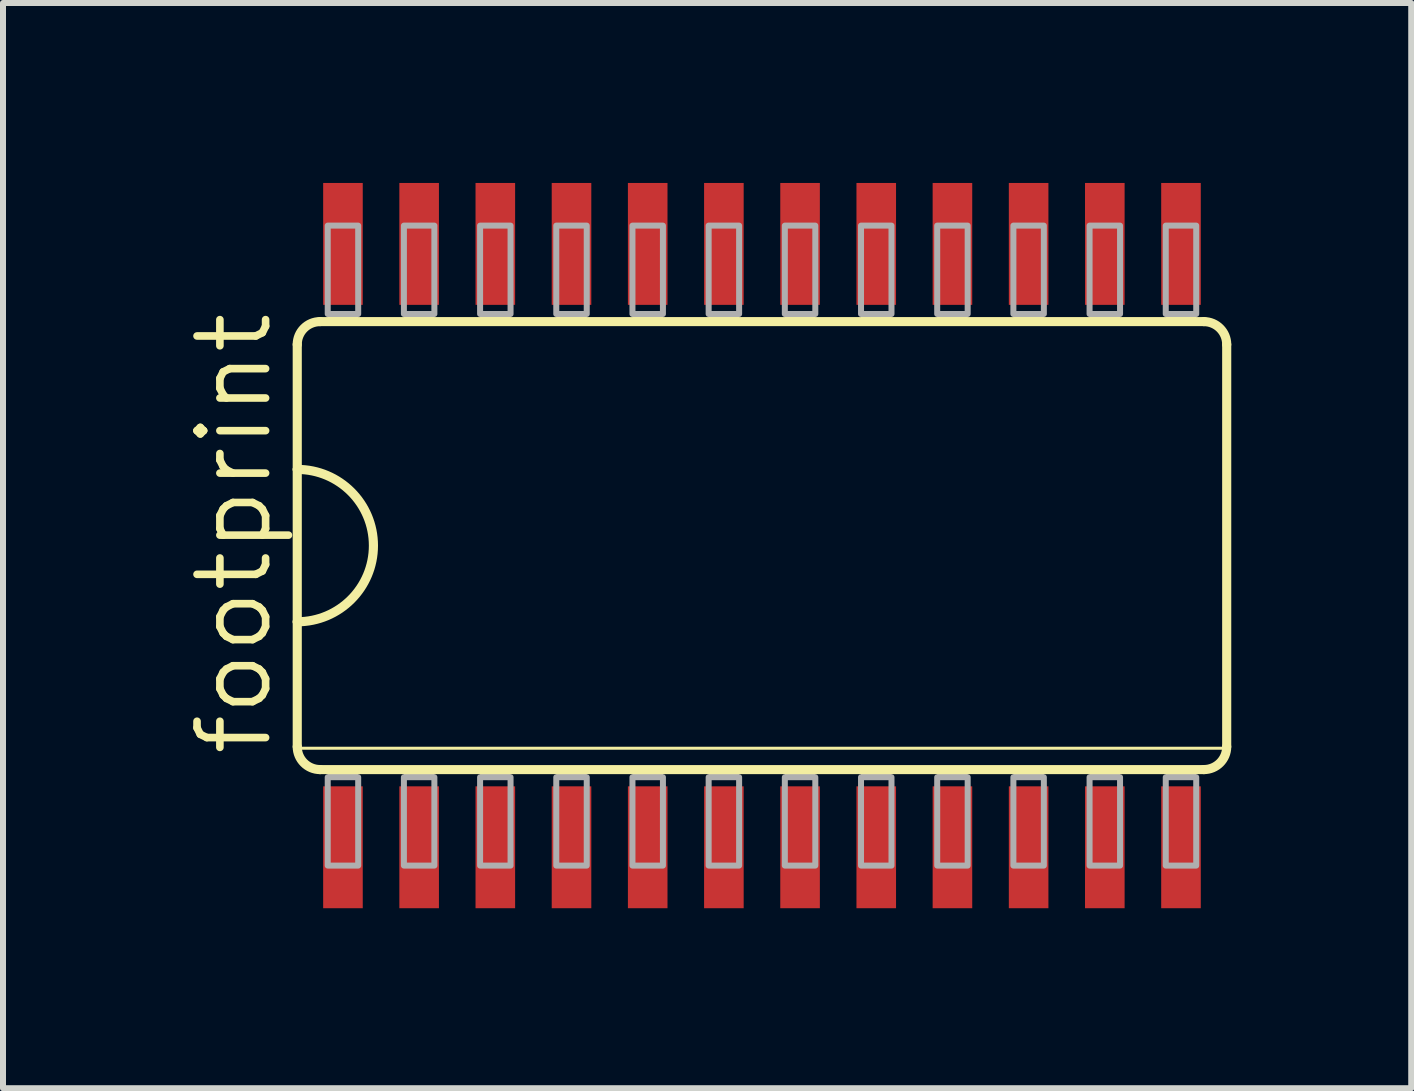
<source format=kicad_pcb>
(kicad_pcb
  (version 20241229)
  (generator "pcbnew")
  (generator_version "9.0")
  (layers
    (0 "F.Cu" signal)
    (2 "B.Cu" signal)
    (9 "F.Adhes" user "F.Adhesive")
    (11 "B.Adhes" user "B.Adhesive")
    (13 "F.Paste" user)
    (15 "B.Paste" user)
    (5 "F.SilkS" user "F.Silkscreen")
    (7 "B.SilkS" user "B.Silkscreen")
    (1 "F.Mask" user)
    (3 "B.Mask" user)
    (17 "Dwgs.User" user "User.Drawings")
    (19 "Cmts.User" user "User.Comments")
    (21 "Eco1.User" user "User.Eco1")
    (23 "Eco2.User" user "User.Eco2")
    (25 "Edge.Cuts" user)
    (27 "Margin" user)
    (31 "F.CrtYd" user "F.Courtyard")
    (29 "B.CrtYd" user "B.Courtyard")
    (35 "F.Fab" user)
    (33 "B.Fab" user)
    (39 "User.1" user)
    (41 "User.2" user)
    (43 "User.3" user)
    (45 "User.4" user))
  (footprint "footprint"
    (layer "F.Cu")
    (at 9.652 6.045)
    (property "Reference" "footprint" (at -8.128 3.556 90) (layer "F.SilkS") (effects (font (size 1.143 1.143) (thickness 0.127)) (justify left bottom)))
    (fp_line (start -7.747 -3.353) (end -7.747 -1.27) (stroke (width 0.152) (type solid)) (layer "F.SilkS"))
    (fp_line (start -7.747 -1.27) (end -7.747 1.27) (stroke (width 0.152) (type solid)) (layer "F.SilkS"))
    (fp_line (start -7.747 1.27) (end -7.747 3.353) (stroke (width 0.152) (type solid)) (layer "F.SilkS"))
    (fp_line (start -7.747 3.378) (end 7.747 3.378) (stroke (width 0.051) (type solid)) (layer "F.SilkS"))
    (fp_line (start -7.366 3.734) (end 7.366 3.734) (stroke (width 0.152) (type solid)) (layer "F.SilkS"))
    (fp_line (start 7.366 -3.734) (end -7.366 -3.734) (stroke (width 0.152) (type solid)) (layer "F.SilkS"))
    (fp_line (start 7.747 3.353) (end 7.747 -3.353) (stroke (width 0.152) (type solid)) (layer "F.SilkS"))
    (fp_arc (start -7.747 -3.3528) (mid -7.635408 -3.622208) (end -7.366 -3.7338) (stroke (width 0.1524) (type solid)) (layer "F.SilkS"))
    (fp_arc (start -7.747 -1.27) (mid -6.477 0) (end -7.747 1.27) (stroke (width 0.1524) (type solid)) (layer "F.SilkS"))
    (fp_arc (start -7.366 3.7338) (mid -7.635408 3.622208) (end -7.747 3.3528) (stroke (width 0.1524) (type solid)) (layer "F.SilkS"))
    (fp_arc (start 7.366 -3.7338) (mid 7.635408 -3.622208) (end 7.747 -3.3528) (stroke (width 0.1524) (type solid)) (layer "F.SilkS"))
    (fp_arc (start 7.747 3.3528) (mid 7.635408 3.622208) (end 7.366 3.7338) (stroke (width 0.1524) (type solid)) (layer "F.SilkS"))
    (fp_poly (pts (xy -7.239 -3.734) (xy -6.731 -3.734) (xy -6.731 -3.861) (xy -7.239 -3.861)) (stroke (width 0) (type solid)) (fill yes) (layer "F.SilkS"))
    (fp_poly (pts (xy -7.239 3.861) (xy -6.731 3.861) (xy -6.731 3.734) (xy -7.239 3.734)) (stroke (width 0) (type solid)) (fill yes) (layer "F.SilkS"))
    (fp_poly (pts (xy -5.969 -3.734) (xy -5.461 -3.734) (xy -5.461 -3.861) (xy -5.969 -3.861)) (stroke (width 0) (type solid)) (fill yes) (layer "F.SilkS"))
    (fp_poly (pts (xy -5.969 3.861) (xy -5.461 3.861) (xy -5.461 3.734) (xy -5.969 3.734)) (stroke (width 0) (type solid)) (fill yes) (layer "F.SilkS"))
    (fp_poly (pts (xy -4.699 -3.734) (xy -4.191 -3.734) (xy -4.191 -3.861) (xy -4.699 -3.861)) (stroke (width 0) (type solid)) (fill yes) (layer "F.SilkS"))
    (fp_poly (pts (xy -4.699 3.861) (xy -4.191 3.861) (xy -4.191 3.734) (xy -4.699 3.734)) (stroke (width 0) (type solid)) (fill yes) (layer "F.SilkS"))
    (fp_poly (pts (xy -3.429 -3.734) (xy -2.921 -3.734) (xy -2.921 -3.861) (xy -3.429 -3.861)) (stroke (width 0) (type solid)) (fill yes) (layer "F.SilkS"))
    (fp_poly (pts (xy -3.429 3.861) (xy -2.921 3.861) (xy -2.921 3.734) (xy -3.429 3.734)) (stroke (width 0) (type solid)) (fill yes) (layer "F.SilkS"))
    (fp_poly (pts (xy -2.159 -3.734) (xy -1.651 -3.734) (xy -1.651 -3.861) (xy -2.159 -3.861)) (stroke (width 0) (type solid)) (fill yes) (layer "F.SilkS"))
    (fp_poly (pts (xy -2.159 3.861) (xy -1.651 3.861) (xy -1.651 3.734) (xy -2.159 3.734)) (stroke (width 0) (type solid)) (fill yes) (layer "F.SilkS"))
    (fp_poly (pts (xy -0.889 -3.734) (xy -0.381 -3.734) (xy -0.381 -3.861) (xy -0.889 -3.861)) (stroke (width 0) (type solid)) (fill yes) (layer "F.SilkS"))
    (fp_poly (pts (xy -0.889 3.861) (xy -0.381 3.861) (xy -0.381 3.734) (xy -0.889 3.734)) (stroke (width 0) (type solid)) (fill yes) (layer "F.SilkS"))
    (fp_poly (pts (xy 0.381 -3.734) (xy 0.889 -3.734) (xy 0.889 -3.861) (xy 0.381 -3.861)) (stroke (width 0) (type solid)) (fill yes) (layer "F.SilkS"))
    (fp_poly (pts (xy 0.381 3.861) (xy 0.889 3.861) (xy 0.889 3.734) (xy 0.381 3.734)) (stroke (width 0) (type solid)) (fill yes) (layer "F.SilkS"))
    (fp_poly (pts (xy 1.651 -3.734) (xy 2.159 -3.734) (xy 2.159 -3.861) (xy 1.651 -3.861)) (stroke (width 0) (type solid)) (fill yes) (layer "F.SilkS"))
    (fp_poly (pts (xy 1.651 3.861) (xy 2.159 3.861) (xy 2.159 3.734) (xy 1.651 3.734)) (stroke (width 0) (type solid)) (fill yes) (layer "F.SilkS"))
    (fp_poly (pts (xy 2.921 -3.734) (xy 3.429 -3.734) (xy 3.429 -3.861) (xy 2.921 -3.861)) (stroke (width 0) (type solid)) (fill yes) (layer "F.SilkS"))
    (fp_poly (pts (xy 2.921 3.861) (xy 3.429 3.861) (xy 3.429 3.734) (xy 2.921 3.734)) (stroke (width 0) (type solid)) (fill yes) (layer "F.SilkS"))
    (fp_poly (pts (xy 4.191 -3.734) (xy 4.699 -3.734) (xy 4.699 -3.861) (xy 4.191 -3.861)) (stroke (width 0) (type solid)) (fill yes) (layer "F.SilkS"))
    (fp_poly (pts (xy 4.191 3.861) (xy 4.699 3.861) (xy 4.699 3.734) (xy 4.191 3.734)) (stroke (width 0) (type solid)) (fill yes) (layer "F.SilkS"))
    (fp_poly (pts (xy 5.461 -3.734) (xy 5.969 -3.734) (xy 5.969 -3.861) (xy 5.461 -3.861)) (stroke (width 0) (type solid)) (fill yes) (layer "F.SilkS"))
    (fp_poly (pts (xy 5.461 3.861) (xy 5.969 3.861) (xy 5.969 3.734) (xy 5.461 3.734)) (stroke (width 0) (type solid)) (fill yes) (layer "F.SilkS"))
    (fp_poly (pts (xy 6.731 -3.734) (xy 7.239 -3.734) (xy 7.239 -3.861) (xy 6.731 -3.861)) (stroke (width 0) (type solid)) (fill yes) (layer "F.SilkS"))
    (fp_poly (pts (xy 6.731 3.861) (xy 7.239 3.861) (xy 7.239 3.734) (xy 6.731 3.734)) (stroke (width 0) (type solid)) (fill yes) (layer "F.SilkS"))
    (fp_poly (pts (xy -7.239 -3.861) (xy -6.731 -3.861) (xy -6.731 -5.334) (xy -7.239 -5.334)) (stroke (width 0.1) (type solid)) (fill no) (layer "F.Fab"))
    (fp_poly (pts (xy -7.239 5.334) (xy -6.731 5.334) (xy -6.731 3.861) (xy -7.239 3.861)) (stroke (width 0.1) (type solid)) (fill no) (layer "F.Fab"))
    (fp_poly (pts (xy -5.969 -3.861) (xy -5.461 -3.861) (xy -5.461 -5.334) (xy -5.969 -5.334)) (stroke (width 0.1) (type solid)) (fill no) (layer "F.Fab"))
    (fp_poly (pts (xy -5.969 5.334) (xy -5.461 5.334) (xy -5.461 3.861) (xy -5.969 3.861)) (stroke (width 0.1) (type solid)) (fill no) (layer "F.Fab"))
    (fp_poly (pts (xy -4.699 -3.861) (xy -4.191 -3.861) (xy -4.191 -5.334) (xy -4.699 -5.334)) (stroke (width 0.1) (type solid)) (fill no) (layer "F.Fab"))
    (fp_poly (pts (xy -4.699 5.334) (xy -4.191 5.334) (xy -4.191 3.861) (xy -4.699 3.861)) (stroke (width 0.1) (type solid)) (fill no) (layer "F.Fab"))
    (fp_poly (pts (xy -3.429 -3.861) (xy -2.921 -3.861) (xy -2.921 -5.334) (xy -3.429 -5.334)) (stroke (width 0.1) (type solid)) (fill no) (layer "F.Fab"))
    (fp_poly (pts (xy -3.429 5.334) (xy -2.921 5.334) (xy -2.921 3.861) (xy -3.429 3.861)) (stroke (width 0.1) (type solid)) (fill no) (layer "F.Fab"))
    (fp_poly (pts (xy -2.159 -3.861) (xy -1.651 -3.861) (xy -1.651 -5.334) (xy -2.159 -5.334)) (stroke (width 0.1) (type solid)) (fill no) (layer "F.Fab"))
    (fp_poly (pts (xy -2.159 5.334) (xy -1.651 5.334) (xy -1.651 3.861) (xy -2.159 3.861)) (stroke (width 0.1) (type solid)) (fill no) (layer "F.Fab"))
    (fp_poly (pts (xy -0.889 -3.861) (xy -0.381 -3.861) (xy -0.381 -5.334) (xy -0.889 -5.334)) (stroke (width 0.1) (type solid)) (fill no) (layer "F.Fab"))
    (fp_poly (pts (xy -0.889 5.334) (xy -0.381 5.334) (xy -0.381 3.861) (xy -0.889 3.861)) (stroke (width 0.1) (type solid)) (fill no) (layer "F.Fab"))
    (fp_poly (pts (xy 0.381 -3.861) (xy 0.889 -3.861) (xy 0.889 -5.334) (xy 0.381 -5.334)) (stroke (width 0.1) (type solid)) (fill no) (layer "F.Fab"))
    (fp_poly (pts (xy 0.381 5.334) (xy 0.889 5.334) (xy 0.889 3.861) (xy 0.381 3.861)) (stroke (width 0.1) (type solid)) (fill no) (layer "F.Fab"))
    (fp_poly (pts (xy 1.651 -3.861) (xy 2.159 -3.861) (xy 2.159 -5.334) (xy 1.651 -5.334)) (stroke (width 0.1) (type solid)) (fill no) (layer "F.Fab"))
    (fp_poly (pts (xy 1.651 5.334) (xy 2.159 5.334) (xy 2.159 3.861) (xy 1.651 3.861)) (stroke (width 0.1) (type solid)) (fill no) (layer "F.Fab"))
    (fp_poly (pts (xy 2.921 -3.861) (xy 3.429 -3.861) (xy 3.429 -5.334) (xy 2.921 -5.334)) (stroke (width 0.1) (type solid)) (fill no) (layer "F.Fab"))
    (fp_poly (pts (xy 2.921 5.334) (xy 3.429 5.334) (xy 3.429 3.861) (xy 2.921 3.861)) (stroke (width 0.1) (type solid)) (fill no) (layer "F.Fab"))
    (fp_poly (pts (xy 4.191 -3.861) (xy 4.699 -3.861) (xy 4.699 -5.334) (xy 4.191 -5.334)) (stroke (width 0.1) (type solid)) (fill no) (layer "F.Fab"))
    (fp_poly (pts (xy 4.191 5.334) (xy 4.699 5.334) (xy 4.699 3.861) (xy 4.191 3.861)) (stroke (width 0.1) (type solid)) (fill no) (layer "F.Fab"))
    (fp_poly (pts (xy 5.461 -3.861) (xy 5.969 -3.861) (xy 5.969 -5.334) (xy 5.461 -5.334)) (stroke (width 0.1) (type solid)) (fill no) (layer "F.Fab"))
    (fp_poly (pts (xy 5.461 5.334) (xy 5.969 5.334) (xy 5.969 3.861) (xy 5.461 3.861)) (stroke (width 0.1) (type solid)) (fill no) (layer "F.Fab"))
    (fp_poly (pts (xy 6.731 -3.861) (xy 7.239 -3.861) (xy 7.239 -5.334) (xy 6.731 -5.334)) (stroke (width 0.1) (type solid)) (fill no) (layer "F.Fab"))
    (fp_poly (pts (xy 6.731 5.334) (xy 7.239 5.334) (xy 7.239 3.861) (xy 6.731 3.861)) (stroke (width 0.1) (type solid)) (fill no) (layer "F.Fab"))
    (pad "1" smd rect (at -6.985 5.029) (size 0.66 2.032) (layers "F.Cu" "F.Mask" "F.Paste"))
    (pad "2" smd rect (at -5.715 5.029) (size 0.66 2.032) (layers "F.Cu" "F.Mask" "F.Paste"))
    (pad "3" smd rect (at -4.445 5.029) (size 0.66 2.032) (layers "F.Cu" "F.Mask" "F.Paste"))
    (pad "4" smd rect (at -3.175 5.029) (size 0.66 2.032) (layers "F.Cu" "F.Mask" "F.Paste"))
    (pad "5" smd rect (at -1.905 5.029) (size 0.66 2.032) (layers "F.Cu" "F.Mask" "F.Paste"))
    (pad "6" smd rect (at -0.635 5.029) (size 0.66 2.032) (layers "F.Cu" "F.Mask" "F.Paste"))
    (pad "7" smd rect (at 0.635 5.029) (size 0.66 2.032) (layers "F.Cu" "F.Mask" "F.Paste"))
    (pad "8" smd rect (at 1.905 5.029) (size 0.66 2.032) (layers "F.Cu" "F.Mask" "F.Paste"))
    (pad "9" smd rect (at 3.175 5.029) (size 0.66 2.032) (layers "F.Cu" "F.Mask" "F.Paste"))
    (pad "10" smd rect (at 4.445 5.029) (size 0.66 2.032) (layers "F.Cu" "F.Mask" "F.Paste"))
    (pad "11" smd rect (at 5.715 5.029) (size 0.66 2.032) (layers "F.Cu" "F.Mask" "F.Paste"))
    (pad "12" smd rect (at 6.985 5.029) (size 0.66 2.032) (layers "F.Cu" "F.Mask" "F.Paste"))
    (pad "13" smd rect (at 6.985 -5.029) (size 0.66 2.032) (layers "F.Cu" "F.Mask" "F.Paste"))
    (pad "14" smd rect (at 5.715 -5.029) (size 0.66 2.032) (layers "F.Cu" "F.Mask" "F.Paste"))
    (pad "15" smd rect (at 4.445 -5.029) (size 0.66 2.032) (layers "F.Cu" "F.Mask" "F.Paste"))
    (pad "16" smd rect (at 3.175 -5.029) (size 0.66 2.032) (layers "F.Cu" "F.Mask" "F.Paste"))
    (pad "17" smd rect (at 1.905 -5.029) (size 0.66 2.032) (layers "F.Cu" "F.Mask" "F.Paste"))
    (pad "18" smd rect (at 0.635 -5.029) (size 0.66 2.032) (layers "F.Cu" "F.Mask" "F.Paste"))
    (pad "19" smd rect (at -0.635 -5.029) (size 0.66 2.032) (layers "F.Cu" "F.Mask" "F.Paste"))
    (pad "20" smd rect (at -1.905 -5.029) (size 0.66 2.032) (layers "F.Cu" "F.Mask" "F.Paste"))
    (pad "21" smd rect (at -3.175 -5.029) (size 0.66 2.032) (layers "F.Cu" "F.Mask" "F.Paste"))
    (pad "22" smd rect (at -4.445 -5.029) (size 0.66 2.032) (layers "F.Cu" "F.Mask" "F.Paste"))
    (pad "23" smd rect (at -5.715 -5.029) (size 0.66 2.032) (layers "F.Cu" "F.Mask" "F.Paste"))
    (pad "24" smd rect (at -6.985 -5.029) (size 0.66 2.032) (layers "F.Cu" "F.Mask" "F.Paste")))
  (gr_rect
    (start -3 -3)
    (end 20.475 15.09)
    (stroke (width 0.1) (type default))
    (fill no)
    (layer "Edge.Cuts")))
</source>
